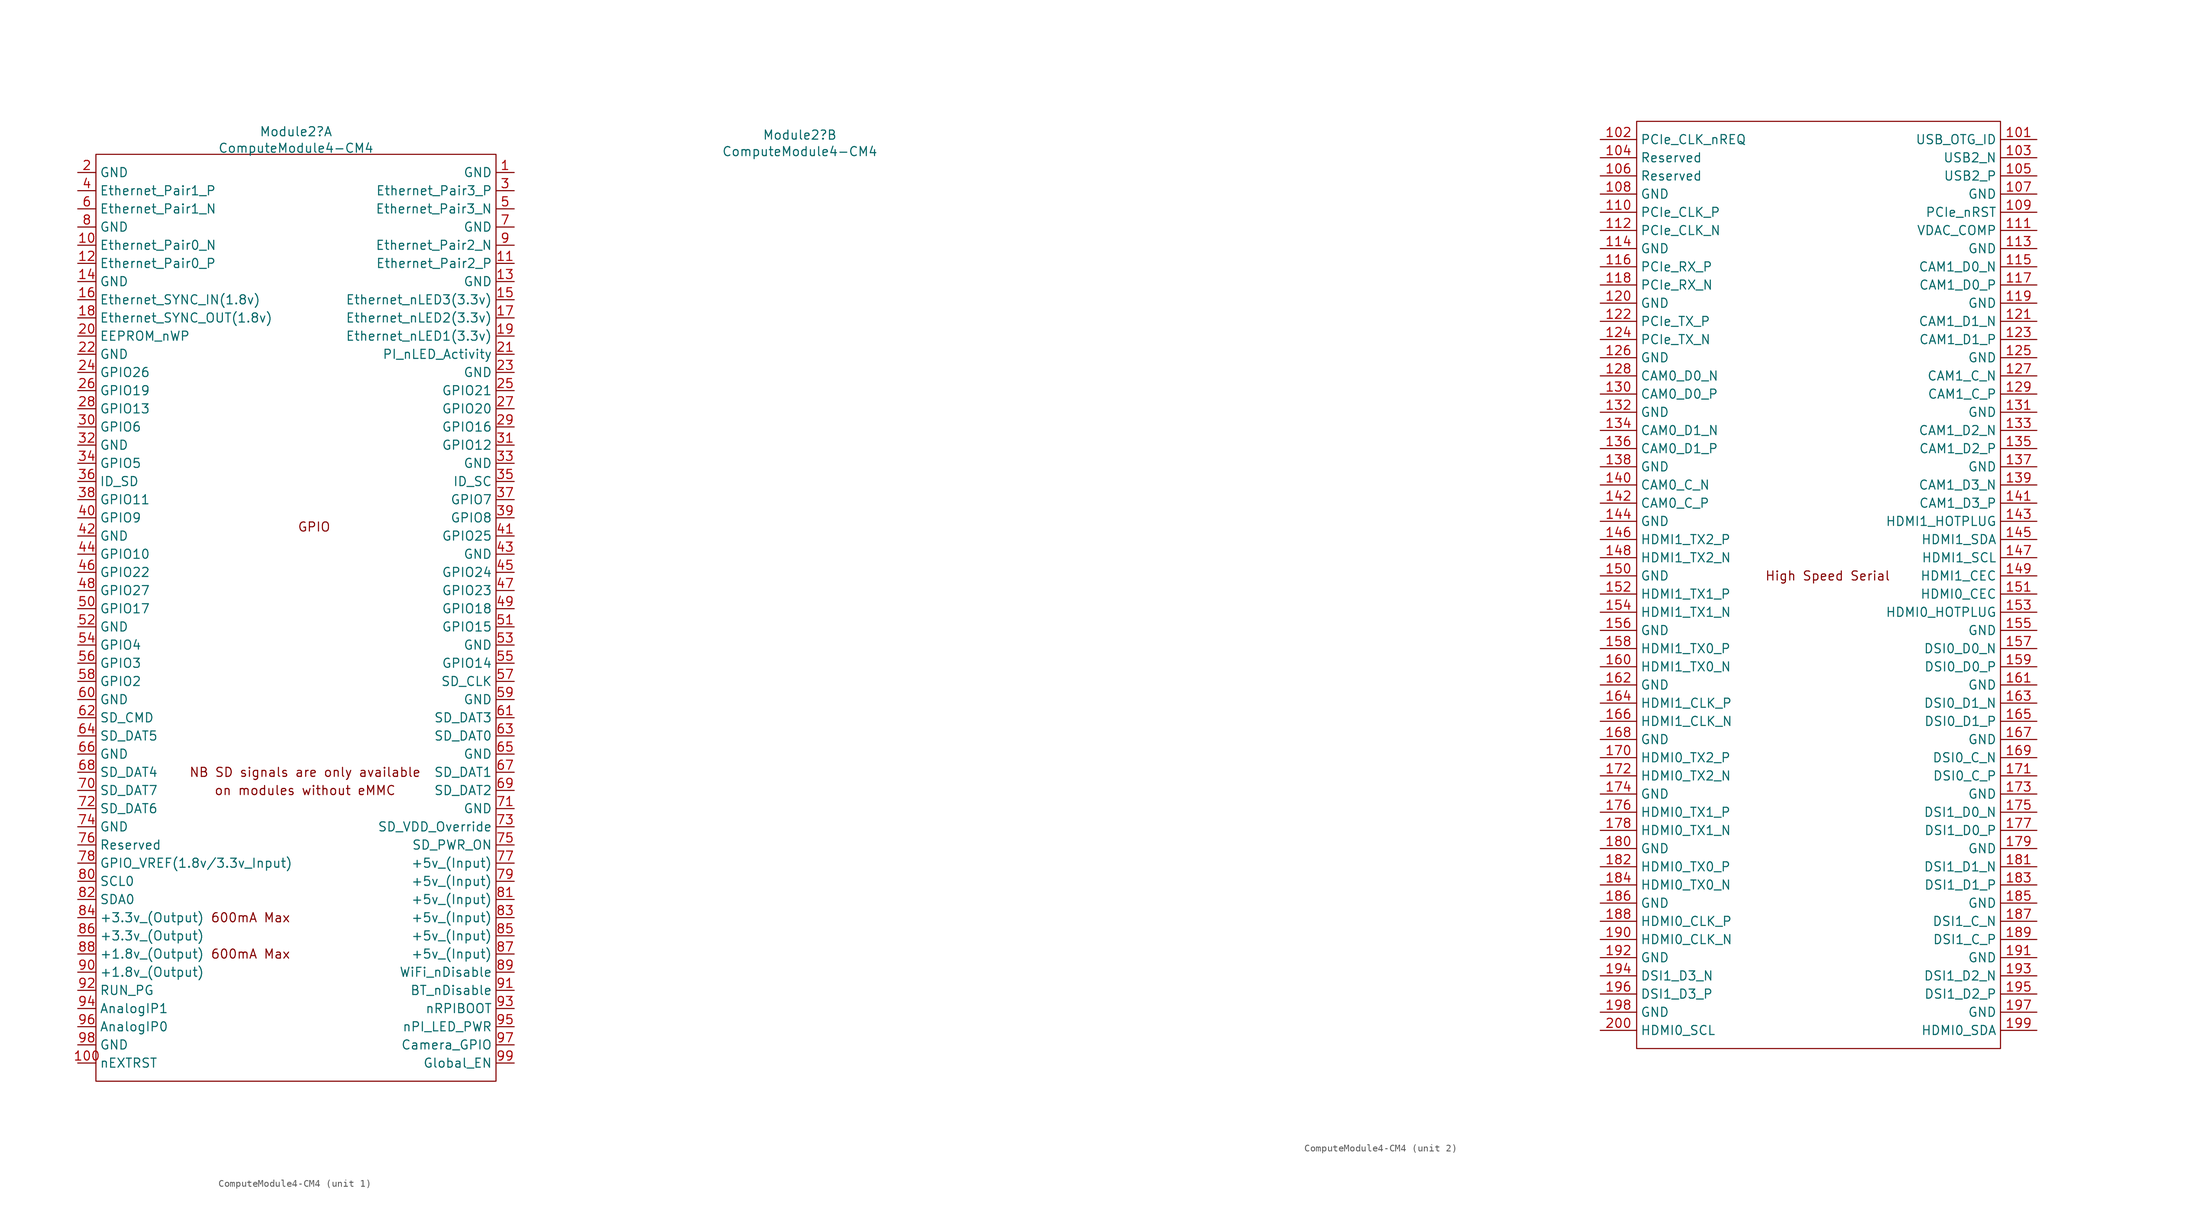
<source format=kicad_sym>
(kicad_symbol_lib
  (version 20211014)
  (generator kicad_symbol_editor)
  (symbol "ComputeModule4-CM4"
    (property "Reference" "Module2"
      (at -2.54 61.595 0)
      (effects (font (size 1.27 1.27))))
    (property "Value" "ComputeModule4-CM4"
      (at -2.54 59.284 0)
      (effects (font (size 1.27 1.27))))
    (symbol "ComputeModule4-CM4_1_0"
      (text "GPIO" (at 0 6.35 0) (effects (font (size 1.27 1.27)))))
    (symbol "ComputeModule4-CM4_1_1"
      (rectangle (start -30.48 -71.12) (end 25.4 58.42) (stroke (width 0) (type default) (color 0 0 0 0)) (fill (type none)))
      (text "600mA Max" (at -8.89 -53.34 0) (effects (font (size 1.27 1.27))))
      (text "600mA Max" (at -8.89 -48.26 0) (effects (font (size 1.27 1.27))))
      (text "NB SD signals are only available" (at -1.27 -27.94 0) (effects (font (size 1.27 1.27))))
      (text "on modules without eMMC" (at -1.27 -30.48 0) (effects (font (size 1.27 1.27))))
      (pin power_in line (at 27.94 55.88 180) (length 2.54) (name "GND" (effects (font (size 1.27 1.27)))) (number "1" (effects (font (size 1.27 1.27)))))
      (pin passive line (at -33.02 45.72 0) (length 2.54) (name "Ethernet_Pair0_N" (effects (font (size 1.27 1.27)))) (number "10" (effects (font (size 1.27 1.27)))))
      (pin output line (at -33.02 -68.58 0) (length 2.54) (name "nEXTRST" (effects (font (size 1.27 1.27)))) (number "100" (effects (font (size 1.27 1.27)))))
      (pin passive line (at 27.94 43.18 180) (length 2.54) (name "Ethernet_Pair2_P" (effects (font (size 1.27 1.27)))) (number "11" (effects (font (size 1.27 1.27)))))
      (pin passive line (at -33.02 43.18 0) (length 2.54) (name "Ethernet_Pair0_P" (effects (font (size 1.27 1.27)))) (number "12" (effects (font (size 1.27 1.27)))))
      (pin power_in line (at 27.94 40.64 180) (length 2.54) (name "GND" (effects (font (size 1.27 1.27)))) (number "13" (effects (font (size 1.27 1.27)))))
      (pin power_in line (at -33.02 40.64 0) (length 2.54) (name "GND" (effects (font (size 1.27 1.27)))) (number "14" (effects (font (size 1.27 1.27)))))
      (pin output line (at 27.94 38.1 180) (length 2.54) (name "Ethernet_nLED3(3.3v)" (effects (font (size 1.27 1.27)))) (number "15" (effects (font (size 1.27 1.27)))))
      (pin input line (at -33.02 38.1 0) (length 2.54) (name "Ethernet_SYNC_IN(1.8v)" (effects (font (size 1.27 1.27)))) (number "16" (effects (font (size 1.27 1.27)))))
      (pin output line (at 27.94 35.56 180) (length 2.54) (name "Ethernet_nLED2(3.3v)" (effects (font (size 1.27 1.27)))) (number "17" (effects (font (size 1.27 1.27)))))
      (pin input line (at -33.02 35.56 0) (length 2.54) (name "Ethernet_SYNC_OUT(1.8v)" (effects (font (size 1.27 1.27)))) (number "18" (effects (font (size 1.27 1.27)))))
      (pin output line (at 27.94 33.02 180) (length 2.54) (name "Ethernet_nLED1(3.3v)" (effects (font (size 1.27 1.27)))) (number "19" (effects (font (size 1.27 1.27)))))
      (pin power_in line (at -33.02 55.88 0) (length 2.54) (name "GND" (effects (font (size 1.27 1.27)))) (number "2" (effects (font (size 1.27 1.27)))))
      (pin passive line (at -33.02 33.02 0) (length 2.54) (name "EEPROM_nWP" (effects (font (size 1.27 1.27)))) (number "20" (effects (font (size 1.27 1.27)))))
      (pin open_collector line (at 27.94 30.48 180) (length 2.54) (name "PI_nLED_Activity" (effects (font (size 1.27 1.27)))) (number "21" (effects (font (size 1.27 1.27)))))
      (pin power_in line (at -33.02 30.48 0) (length 2.54) (name "GND" (effects (font (size 1.27 1.27)))) (number "22" (effects (font (size 1.27 1.27)))))
      (pin power_in line (at 27.94 27.94 180) (length 2.54) (name "GND" (effects (font (size 1.27 1.27)))) (number "23" (effects (font (size 1.27 1.27)))))
      (pin passive line (at -33.02 27.94 0) (length 2.54) (name "GPIO26" (effects (font (size 1.27 1.27)))) (number "24" (effects (font (size 1.27 1.27)))))
      (pin passive line (at 27.94 25.4 180) (length 2.54) (name "GPIO21" (effects (font (size 1.27 1.27)))) (number "25" (effects (font (size 1.27 1.27)))))
      (pin passive line (at -33.02 25.4 0) (length 2.54) (name "GPIO19" (effects (font (size 1.27 1.27)))) (number "26" (effects (font (size 1.27 1.27)))))
      (pin passive line (at 27.94 22.86 180) (length 2.54) (name "GPIO20" (effects (font (size 1.27 1.27)))) (number "27" (effects (font (size 1.27 1.27)))))
      (pin passive line (at -33.02 22.86 0) (length 2.54) (name "GPIO13" (effects (font (size 1.27 1.27)))) (number "28" (effects (font (size 1.27 1.27)))))
      (pin passive line (at 27.94 20.32 180) (length 2.54) (name "GPIO16" (effects (font (size 1.27 1.27)))) (number "29" (effects (font (size 1.27 1.27)))))
      (pin passive line (at 27.94 53.34 180) (length 2.54) (name "Ethernet_Pair3_P" (effects (font (size 1.27 1.27)))) (number "3" (effects (font (size 1.27 1.27)))))
      (pin passive line (at -33.02 20.32 0) (length 2.54) (name "GPIO6" (effects (font (size 1.27 1.27)))) (number "30" (effects (font (size 1.27 1.27)))))
      (pin passive line (at 27.94 17.78 180) (length 2.54) (name "GPIO12" (effects (font (size 1.27 1.27)))) (number "31" (effects (font (size 1.27 1.27)))))
      (pin power_in line (at -33.02 17.78 0) (length 2.54) (name "GND" (effects (font (size 1.27 1.27)))) (number "32" (effects (font (size 1.27 1.27)))))
      (pin power_in line (at 27.94 15.24 180) (length 2.54) (name "GND" (effects (font (size 1.27 1.27)))) (number "33" (effects (font (size 1.27 1.27)))))
      (pin passive line (at -33.02 15.24 0) (length 2.54) (name "GPIO5" (effects (font (size 1.27 1.27)))) (number "34" (effects (font (size 1.27 1.27)))))
      (pin passive line (at 27.94 12.7 180) (length 2.54) (name "ID_SC" (effects (font (size 1.27 1.27)))) (number "35" (effects (font (size 1.27 1.27)))))
      (pin passive line (at -33.02 12.7 0) (length 2.54) (name "ID_SD" (effects (font (size 1.27 1.27)))) (number "36" (effects (font (size 1.27 1.27)))))
      (pin passive line (at 27.94 10.16 180) (length 2.54) (name "GPIO7" (effects (font (size 1.27 1.27)))) (number "37" (effects (font (size 1.27 1.27)))))
      (pin passive line (at -33.02 10.16 0) (length 2.54) (name "GPIO11" (effects (font (size 1.27 1.27)))) (number "38" (effects (font (size 1.27 1.27)))))
      (pin passive line (at 27.94 7.62 180) (length 2.54) (name "GPIO8" (effects (font (size 1.27 1.27)))) (number "39" (effects (font (size 1.27 1.27)))))
      (pin passive line (at -33.02 53.34 0) (length 2.54) (name "Ethernet_Pair1_P" (effects (font (size 1.27 1.27)))) (number "4" (effects (font (size 1.27 1.27)))))
      (pin passive line (at -33.02 7.62 0) (length 2.54) (name "GPIO9" (effects (font (size 1.27 1.27)))) (number "40" (effects (font (size 1.27 1.27)))))
      (pin passive line (at 27.94 5.08 180) (length 2.54) (name "GPIO25" (effects (font (size 1.27 1.27)))) (number "41" (effects (font (size 1.27 1.27)))))
      (pin power_in line (at -33.02 5.08 0) (length 2.54) (name "GND" (effects (font (size 1.27 1.27)))) (number "42" (effects (font (size 1.27 1.27)))))
      (pin power_in line (at 27.94 2.54 180) (length 2.54) (name "GND" (effects (font (size 1.27 1.27)))) (number "43" (effects (font (size 1.27 1.27)))))
      (pin passive line (at -33.02 2.54 0) (length 2.54) (name "GPIO10" (effects (font (size 1.27 1.27)))) (number "44" (effects (font (size 1.27 1.27)))))
      (pin passive line (at 27.94 0 180) (length 2.54) (name "GPIO24" (effects (font (size 1.27 1.27)))) (number "45" (effects (font (size 1.27 1.27)))))
      (pin passive line (at -33.02 0 0) (length 2.54) (name "GPIO22" (effects (font (size 1.27 1.27)))) (number "46" (effects (font (size 1.27 1.27)))))
      (pin passive line (at 27.94 -2.54 180) (length 2.54) (name "GPIO23" (effects (font (size 1.27 1.27)))) (number "47" (effects (font (size 1.27 1.27)))))
      (pin passive line (at -33.02 -2.54 0) (length 2.54) (name "GPIO27" (effects (font (size 1.27 1.27)))) (number "48" (effects (font (size 1.27 1.27)))))
      (pin passive line (at 27.94 -5.08 180) (length 2.54) (name "GPIO18" (effects (font (size 1.27 1.27)))) (number "49" (effects (font (size 1.27 1.27)))))
      (pin passive line (at 27.94 50.8 180) (length 2.54) (name "Ethernet_Pair3_N" (effects (font (size 1.27 1.27)))) (number "5" (effects (font (size 1.27 1.27)))))
      (pin passive line (at -33.02 -5.08 0) (length 2.54) (name "GPIO17" (effects (font (size 1.27 1.27)))) (number "50" (effects (font (size 1.27 1.27)))))
      (pin passive line (at 27.94 -7.62 180) (length 2.54) (name "GPIO15" (effects (font (size 1.27 1.27)))) (number "51" (effects (font (size 1.27 1.27)))))
      (pin power_in line (at -33.02 -7.62 0) (length 2.54) (name "GND" (effects (font (size 1.27 1.27)))) (number "52" (effects (font (size 1.27 1.27)))))
      (pin power_in line (at 27.94 -10.16 180) (length 2.54) (name "GND" (effects (font (size 1.27 1.27)))) (number "53" (effects (font (size 1.27 1.27)))))
      (pin passive line (at -33.02 -10.16 0) (length 2.54) (name "GPIO4" (effects (font (size 1.27 1.27)))) (number "54" (effects (font (size 1.27 1.27)))))
      (pin passive line (at 27.94 -12.7 180) (length 2.54) (name "GPIO14" (effects (font (size 1.27 1.27)))) (number "55" (effects (font (size 1.27 1.27)))))
      (pin passive line (at -33.02 -12.7 0) (length 2.54) (name "GPIO3" (effects (font (size 1.27 1.27)))) (number "56" (effects (font (size 1.27 1.27)))))
      (pin passive line (at 27.94 -15.24 180) (length 2.54) (name "SD_CLK" (effects (font (size 1.27 1.27)))) (number "57" (effects (font (size 1.27 1.27)))))
      (pin passive line (at -33.02 -15.24 0) (length 2.54) (name "GPIO2" (effects (font (size 1.27 1.27)))) (number "58" (effects (font (size 1.27 1.27)))))
      (pin power_in line (at 27.94 -17.78 180) (length 2.54) (name "GND" (effects (font (size 1.27 1.27)))) (number "59" (effects (font (size 1.27 1.27)))))
      (pin passive line (at -33.02 50.8 0) (length 2.54) (name "Ethernet_Pair1_N" (effects (font (size 1.27 1.27)))) (number "6" (effects (font (size 1.27 1.27)))))
      (pin power_in line (at -33.02 -17.78 0) (length 2.54) (name "GND" (effects (font (size 1.27 1.27)))) (number "60" (effects (font (size 1.27 1.27)))))
      (pin passive line (at 27.94 -20.32 180) (length 2.54) (name "SD_DAT3" (effects (font (size 1.27 1.27)))) (number "61" (effects (font (size 1.27 1.27)))))
      (pin passive line (at -33.02 -20.32 0) (length 2.54) (name "SD_CMD" (effects (font (size 1.27 1.27)))) (number "62" (effects (font (size 1.27 1.27)))))
      (pin passive line (at 27.94 -22.86 180) (length 2.54) (name "SD_DAT0" (effects (font (size 1.27 1.27)))) (number "63" (effects (font (size 1.27 1.27)))))
      (pin passive line (at -33.02 -22.86 0) (length 2.54) (name "SD_DAT5" (effects (font (size 1.27 1.27)))) (number "64" (effects (font (size 1.27 1.27)))))
      (pin power_in line (at 27.94 -25.4 180) (length 2.54) (name "GND" (effects (font (size 1.27 1.27)))) (number "65" (effects (font (size 1.27 1.27)))))
      (pin power_in line (at -33.02 -25.4 0) (length 2.54) (name "GND" (effects (font (size 1.27 1.27)))) (number "66" (effects (font (size 1.27 1.27)))))
      (pin passive line (at 27.94 -27.94 180) (length 2.54) (name "SD_DAT1" (effects (font (size 1.27 1.27)))) (number "67" (effects (font (size 1.27 1.27)))))
      (pin passive line (at -33.02 -27.94 0) (length 2.54) (name "SD_DAT4" (effects (font (size 1.27 1.27)))) (number "68" (effects (font (size 1.27 1.27)))))
      (pin passive line (at 27.94 -30.48 180) (length 2.54) (name "SD_DAT2" (effects (font (size 1.27 1.27)))) (number "69" (effects (font (size 1.27 1.27)))))
      (pin power_in line (at 27.94 48.26 180) (length 2.54) (name "GND" (effects (font (size 1.27 1.27)))) (number "7" (effects (font (size 1.27 1.27)))))
      (pin passive line (at -33.02 -30.48 0) (length 2.54) (name "SD_DAT7" (effects (font (size 1.27 1.27)))) (number "70" (effects (font (size 1.27 1.27)))))
      (pin power_in line (at 27.94 -33.02 180) (length 2.54) (name "GND" (effects (font (size 1.27 1.27)))) (number "71" (effects (font (size 1.27 1.27)))))
      (pin passive line (at -33.02 -33.02 0) (length 2.54) (name "SD_DAT6" (effects (font (size 1.27 1.27)))) (number "72" (effects (font (size 1.27 1.27)))))
      (pin input line (at 27.94 -35.56 180) (length 2.54) (name "SD_VDD_Override" (effects (font (size 1.27 1.27)))) (number "73" (effects (font (size 1.27 1.27)))))
      (pin power_in line (at -33.02 -35.56 0) (length 2.54) (name "GND" (effects (font (size 1.27 1.27)))) (number "74" (effects (font (size 1.27 1.27)))))
      (pin output line (at 27.94 -38.1 180) (length 2.54) (name "SD_PWR_ON" (effects (font (size 1.27 1.27)))) (number "75" (effects (font (size 1.27 1.27)))))
      (pin passive line (at -33.02 -38.1 0) (length 2.54) (name "Reserved" (effects (font (size 1.27 1.27)))) (number "76" (effects (font (size 1.27 1.27)))))
      (pin power_in line (at 27.94 -40.64 180) (length 2.54) (name "+5v_(Input)" (effects (font (size 1.27 1.27)))) (number "77" (effects (font (size 1.27 1.27)))))
      (pin power_in line (at -33.02 -40.64 0) (length 2.54) (name "GPIO_VREF(1.8v/3.3v_Input)" (effects (font (size 1.27 1.27)))) (number "78" (effects (font (size 1.27 1.27)))))
      (pin power_in line (at 27.94 -43.18 180) (length 2.54) (name "+5v_(Input)" (effects (font (size 1.27 1.27)))) (number "79" (effects (font (size 1.27 1.27)))))
      (pin power_in line (at -33.02 48.26 0) (length 2.54) (name "GND" (effects (font (size 1.27 1.27)))) (number "8" (effects (font (size 1.27 1.27)))))
      (pin passive line (at -33.02 -43.18 0) (length 2.54) (name "SCL0" (effects (font (size 1.27 1.27)))) (number "80" (effects (font (size 1.27 1.27)))))
      (pin power_in line (at 27.94 -45.72 180) (length 2.54) (name "+5v_(Input)" (effects (font (size 1.27 1.27)))) (number "81" (effects (font (size 1.27 1.27)))))
      (pin passive line (at -33.02 -45.72 0) (length 2.54) (name "SDA0" (effects (font (size 1.27 1.27)))) (number "82" (effects (font (size 1.27 1.27)))))
      (pin power_in line (at 27.94 -48.26 180) (length 2.54) (name "+5v_(Input)" (effects (font (size 1.27 1.27)))) (number "83" (effects (font (size 1.27 1.27)))))
      (pin power_out line (at -33.02 -48.26 0) (length 2.54) (name "+3.3v_(Output)" (effects (font (size 1.27 1.27)))) (number "84" (effects (font (size 1.27 1.27)))))
      (pin power_in line (at 27.94 -50.8 180) (length 2.54) (name "+5v_(Input)" (effects (font (size 1.27 1.27)))) (number "85" (effects (font (size 1.27 1.27)))))
      (pin power_out line (at -33.02 -50.8 0) (length 2.54) (name "+3.3v_(Output)" (effects (font (size 1.27 1.27)))) (number "86" (effects (font (size 1.27 1.27)))))
      (pin power_in line (at 27.94 -53.34 180) (length 2.54) (name "+5v_(Input)" (effects (font (size 1.27 1.27)))) (number "87" (effects (font (size 1.27 1.27)))))
      (pin power_out line (at -33.02 -53.34 0) (length 2.54) (name "+1.8v_(Output)" (effects (font (size 1.27 1.27)))) (number "88" (effects (font (size 1.27 1.27)))))
      (pin input line (at 27.94 -55.88 180) (length 2.54) (name "WiFi_nDisable" (effects (font (size 1.27 1.27)))) (number "89" (effects (font (size 1.27 1.27)))))
      (pin passive line (at 27.94 45.72 180) (length 2.54) (name "Ethernet_Pair2_N" (effects (font (size 1.27 1.27)))) (number "9" (effects (font (size 1.27 1.27)))))
      (pin power_out line (at -33.02 -55.88 0) (length 2.54) (name "+1.8v_(Output)" (effects (font (size 1.27 1.27)))) (number "90" (effects (font (size 1.27 1.27)))))
      (pin input line (at 27.94 -58.42 180) (length 2.54) (name "BT_nDisable" (effects (font (size 1.27 1.27)))) (number "91" (effects (font (size 1.27 1.27)))))
      (pin passive line (at -33.02 -58.42 0) (length 2.54) (name "RUN_PG" (effects (font (size 1.27 1.27)))) (number "92" (effects (font (size 1.27 1.27)))))
      (pin input line (at 27.94 -60.96 180) (length 2.54) (name "nRPIBOOT" (effects (font (size 1.27 1.27)))) (number "93" (effects (font (size 1.27 1.27)))))
      (pin passive line (at -33.02 -60.96 0) (length 2.54) (name "AnalogIP1" (effects (font (size 1.27 1.27)))) (number "94" (effects (font (size 1.27 1.27)))))
      (pin output line (at 27.94 -63.5 180) (length 2.54) (name "nPI_LED_PWR" (effects (font (size 1.27 1.27)))) (number "95" (effects (font (size 1.27 1.27)))))
      (pin passive line (at -33.02 -63.5 0) (length 2.54) (name "AnalogIP0" (effects (font (size 1.27 1.27)))) (number "96" (effects (font (size 1.27 1.27)))))
      (pin passive line (at 27.94 -66.04 180) (length 2.54) (name "Camera_GPIO" (effects (font (size 1.27 1.27)))) (number "97" (effects (font (size 1.27 1.27)))))
      (pin power_in line (at -33.02 -66.04 0) (length 2.54) (name "GND" (effects (font (size 1.27 1.27)))) (number "98" (effects (font (size 1.27 1.27)))))
      (pin input line (at 27.94 -68.58 180) (length 2.54) (name "Global_EN" (effects (font (size 1.27 1.27)))) (number "99" (effects (font (size 1.27 1.27))))))
    (symbol "ComputeModule4-CM4_2_1"
      (rectangle (start 114.3 -66.04) (end 165.1 63.5) (stroke (width 0) (type default) (color 0 0 0 0)) (fill (type none)))
      (text "High Speed Serial" (at 140.97 0 0) (effects (font (size 1.27 1.27))))
      (pin input line (at 170.18 60.96 180) (length 5.08) (name "USB_OTG_ID" (effects (font (size 1.27 1.27)))) (number "101" (effects (font (size 1.27 1.27)))))
      (pin input line (at 109.22 60.96 0) (length 5.08) (name "PCIe_CLK_nREQ" (effects (font (size 1.27 1.27)))) (number "102" (effects (font (size 1.27 1.27)))))
      (pin passive line (at 170.18 58.42 180) (length 5.08) (name "USB2_N" (effects (font (size 1.27 1.27)))) (number "103" (effects (font (size 1.27 1.27)))))
      (pin passive line (at 109.22 58.42 0) (length 5.08) (name "Reserved" (effects (font (size 1.27 1.27)))) (number "104" (effects (font (size 1.27 1.27)))))
      (pin passive line (at 170.18 55.88 180) (length 5.08) (name "USB2_P" (effects (font (size 1.27 1.27)))) (number "105" (effects (font (size 1.27 1.27)))))
      (pin passive line (at 109.22 55.88 0) (length 5.08) (name "Reserved" (effects (font (size 1.27 1.27)))) (number "106" (effects (font (size 1.27 1.27)))))
      (pin power_in line (at 170.18 53.34 180) (length 5.08) (name "GND" (effects (font (size 1.27 1.27)))) (number "107" (effects (font (size 1.27 1.27)))))
      (pin power_in line (at 109.22 53.34 0) (length 5.08) (name "GND" (effects (font (size 1.27 1.27)))) (number "108" (effects (font (size 1.27 1.27)))))
      (pin bidirectional line (at 170.18 50.8 180) (length 5.08) (name "PCIe_nRST" (effects (font (size 1.27 1.27)))) (number "109" (effects (font (size 1.27 1.27)))))
      (pin output line (at 109.22 50.8 0) (length 5.08) (name "PCIe_CLK_P" (effects (font (size 1.27 1.27)))) (number "110" (effects (font (size 1.27 1.27)))))
      (pin passive line (at 170.18 48.26 180) (length 5.08) (name "VDAC_COMP" (effects (font (size 1.27 1.27)))) (number "111" (effects (font (size 1.27 1.27)))))
      (pin output line (at 109.22 48.26 0) (length 5.08) (name "PCIe_CLK_N" (effects (font (size 1.27 1.27)))) (number "112" (effects (font (size 1.27 1.27)))))
      (pin power_in line (at 170.18 45.72 180) (length 5.08) (name "GND" (effects (font (size 1.27 1.27)))) (number "113" (effects (font (size 1.27 1.27)))))
      (pin power_in line (at 109.22 45.72 0) (length 5.08) (name "GND" (effects (font (size 1.27 1.27)))) (number "114" (effects (font (size 1.27 1.27)))))
      (pin input line (at 170.18 43.18 180) (length 5.08) (name "CAM1_D0_N" (effects (font (size 1.27 1.27)))) (number "115" (effects (font (size 1.27 1.27)))))
      (pin input line (at 109.22 43.18 0) (length 5.08) (name "PCIe_RX_P" (effects (font (size 1.27 1.27)))) (number "116" (effects (font (size 1.27 1.27)))))
      (pin input line (at 170.18 40.64 180) (length 5.08) (name "CAM1_D0_P" (effects (font (size 1.27 1.27)))) (number "117" (effects (font (size 1.27 1.27)))))
      (pin input line (at 109.22 40.64 0) (length 5.08) (name "PCIe_RX_N" (effects (font (size 1.27 1.27)))) (number "118" (effects (font (size 1.27 1.27)))))
      (pin power_in line (at 170.18 38.1 180) (length 5.08) (name "GND" (effects (font (size 1.27 1.27)))) (number "119" (effects (font (size 1.27 1.27)))))
      (pin power_in line (at 109.22 38.1 0) (length 5.08) (name "GND" (effects (font (size 1.27 1.27)))) (number "120" (effects (font (size 1.27 1.27)))))
      (pin input line (at 170.18 35.56 180) (length 5.08) (name "CAM1_D1_N" (effects (font (size 1.27 1.27)))) (number "121" (effects (font (size 1.27 1.27)))))
      (pin output line (at 109.22 35.56 0) (length 5.08) (name "PCIe_TX_P" (effects (font (size 1.27 1.27)))) (number "122" (effects (font (size 1.27 1.27)))))
      (pin input line (at 170.18 33.02 180) (length 5.08) (name "CAM1_D1_P" (effects (font (size 1.27 1.27)))) (number "123" (effects (font (size 1.27 1.27)))))
      (pin output line (at 109.22 33.02 0) (length 5.08) (name "PCIe_TX_N" (effects (font (size 1.27 1.27)))) (number "124" (effects (font (size 1.27 1.27)))))
      (pin power_in line (at 170.18 30.48 180) (length 5.08) (name "GND" (effects (font (size 1.27 1.27)))) (number "125" (effects (font (size 1.27 1.27)))))
      (pin power_in line (at 109.22 30.48 0) (length 5.08) (name "GND" (effects (font (size 1.27 1.27)))) (number "126" (effects (font (size 1.27 1.27)))))
      (pin input line (at 170.18 27.94 180) (length 5.08) (name "CAM1_C_N" (effects (font (size 1.27 1.27)))) (number "127" (effects (font (size 1.27 1.27)))))
      (pin input line (at 109.22 27.94 0) (length 5.08) (name "CAM0_D0_N" (effects (font (size 1.27 1.27)))) (number "128" (effects (font (size 1.27 1.27)))))
      (pin input line (at 170.18 25.4 180) (length 5.08) (name "CAM1_C_P" (effects (font (size 1.27 1.27)))) (number "129" (effects (font (size 1.27 1.27)))))
      (pin input line (at 109.22 25.4 0) (length 5.08) (name "CAM0_D0_P" (effects (font (size 1.27 1.27)))) (number "130" (effects (font (size 1.27 1.27)))))
      (pin power_in line (at 170.18 22.86 180) (length 5.08) (name "GND" (effects (font (size 1.27 1.27)))) (number "131" (effects (font (size 1.27 1.27)))))
      (pin power_in line (at 109.22 22.86 0) (length 5.08) (name "GND" (effects (font (size 1.27 1.27)))) (number "132" (effects (font (size 1.27 1.27)))))
      (pin input line (at 170.18 20.32 180) (length 5.08) (name "CAM1_D2_N" (effects (font (size 1.27 1.27)))) (number "133" (effects (font (size 1.27 1.27)))))
      (pin input line (at 109.22 20.32 0) (length 5.08) (name "CAM0_D1_N" (effects (font (size 1.27 1.27)))) (number "134" (effects (font (size 1.27 1.27)))))
      (pin input line (at 170.18 17.78 180) (length 5.08) (name "CAM1_D2_P" (effects (font (size 1.27 1.27)))) (number "135" (effects (font (size 1.27 1.27)))))
      (pin input line (at 109.22 17.78 0) (length 5.08) (name "CAM0_D1_P" (effects (font (size 1.27 1.27)))) (number "136" (effects (font (size 1.27 1.27)))))
      (pin power_in line (at 170.18 15.24 180) (length 5.08) (name "GND" (effects (font (size 1.27 1.27)))) (number "137" (effects (font (size 1.27 1.27)))))
      (pin power_in line (at 109.22 15.24 0) (length 5.08) (name "GND" (effects (font (size 1.27 1.27)))) (number "138" (effects (font (size 1.27 1.27)))))
      (pin input line (at 170.18 12.7 180) (length 5.08) (name "CAM1_D3_N" (effects (font (size 1.27 1.27)))) (number "139" (effects (font (size 1.27 1.27)))))
      (pin input line (at 109.22 12.7 0) (length 5.08) (name "CAM0_C_N" (effects (font (size 1.27 1.27)))) (number "140" (effects (font (size 1.27 1.27)))))
      (pin input line (at 170.18 10.16 180) (length 5.08) (name "CAM1_D3_P" (effects (font (size 1.27 1.27)))) (number "141" (effects (font (size 1.27 1.27)))))
      (pin input line (at 109.22 10.16 0) (length 5.08) (name "CAM0_C_P" (effects (font (size 1.27 1.27)))) (number "142" (effects (font (size 1.27 1.27)))))
      (pin input line (at 170.18 7.62 180) (length 5.08) (name "HDMI1_HOTPLUG" (effects (font (size 1.27 1.27)))) (number "143" (effects (font (size 1.27 1.27)))))
      (pin power_in line (at 109.22 7.62 0) (length 5.08) (name "GND" (effects (font (size 1.27 1.27)))) (number "144" (effects (font (size 1.27 1.27)))))
      (pin bidirectional line (at 170.18 5.08 180) (length 5.08) (name "HDMI1_SDA" (effects (font (size 1.27 1.27)))) (number "145" (effects (font (size 1.27 1.27)))))
      (pin output line (at 109.22 5.08 0) (length 5.08) (name "HDMI1_TX2_P" (effects (font (size 1.27 1.27)))) (number "146" (effects (font (size 1.27 1.27)))))
      (pin open_collector line (at 170.18 2.54 180) (length 5.08) (name "HDMI1_SCL" (effects (font (size 1.27 1.27)))) (number "147" (effects (font (size 1.27 1.27)))))
      (pin output line (at 109.22 2.54 0) (length 5.08) (name "HDMI1_TX2_N" (effects (font (size 1.27 1.27)))) (number "148" (effects (font (size 1.27 1.27)))))
      (pin open_collector line (at 170.18 0 180) (length 5.08) (name "HDMI1_CEC" (effects (font (size 1.27 1.27)))) (number "149" (effects (font (size 1.27 1.27)))))
      (pin power_in line (at 109.22 0 0) (length 5.08) (name "GND" (effects (font (size 1.27 1.27)))) (number "150" (effects (font (size 1.27 1.27)))))
      (pin open_collector line (at 170.18 -2.54 180) (length 5.08) (name "HDMI0_CEC" (effects (font (size 1.27 1.27)))) (number "151" (effects (font (size 1.27 1.27)))))
      (pin output line (at 109.22 -2.54 0) (length 5.08) (name "HDMI1_TX1_P" (effects (font (size 1.27 1.27)))) (number "152" (effects (font (size 1.27 1.27)))))
      (pin input line (at 170.18 -5.08 180) (length 5.08) (name "HDMI0_HOTPLUG" (effects (font (size 1.27 1.27)))) (number "153" (effects (font (size 1.27 1.27)))))
      (pin output line (at 109.22 -5.08 0) (length 5.08) (name "HDMI1_TX1_N" (effects (font (size 1.27 1.27)))) (number "154" (effects (font (size 1.27 1.27)))))
      (pin power_in line (at 170.18 -7.62 180) (length 5.08) (name "GND" (effects (font (size 1.27 1.27)))) (number "155" (effects (font (size 1.27 1.27)))))
      (pin power_in line (at 109.22 -7.62 0) (length 5.08) (name "GND" (effects (font (size 1.27 1.27)))) (number "156" (effects (font (size 1.27 1.27)))))
      (pin output line (at 170.18 -10.16 180) (length 5.08) (name "DSI0_D0_N" (effects (font (size 1.27 1.27)))) (number "157" (effects (font (size 1.27 1.27)))))
      (pin output line (at 109.22 -10.16 0) (length 5.08) (name "HDMI1_TX0_P" (effects (font (size 1.27 1.27)))) (number "158" (effects (font (size 1.27 1.27)))))
      (pin output line (at 170.18 -12.7 180) (length 5.08) (name "DSI0_D0_P" (effects (font (size 1.27 1.27)))) (number "159" (effects (font (size 1.27 1.27)))))
      (pin output line (at 109.22 -12.7 0) (length 5.08) (name "HDMI1_TX0_N" (effects (font (size 1.27 1.27)))) (number "160" (effects (font (size 1.27 1.27)))))
      (pin power_in line (at 170.18 -15.24 180) (length 5.08) (name "GND" (effects (font (size 1.27 1.27)))) (number "161" (effects (font (size 1.27 1.27)))))
      (pin power_in line (at 109.22 -15.24 0) (length 5.08) (name "GND" (effects (font (size 1.27 1.27)))) (number "162" (effects (font (size 1.27 1.27)))))
      (pin output line (at 170.18 -17.78 180) (length 5.08) (name "DSI0_D1_N" (effects (font (size 1.27 1.27)))) (number "163" (effects (font (size 1.27 1.27)))))
      (pin output line (at 109.22 -17.78 0) (length 5.08) (name "HDMI1_CLK_P" (effects (font (size 1.27 1.27)))) (number "164" (effects (font (size 1.27 1.27)))))
      (pin output line (at 170.18 -20.32 180) (length 5.08) (name "DSI0_D1_P" (effects (font (size 1.27 1.27)))) (number "165" (effects (font (size 1.27 1.27)))))
      (pin output line (at 109.22 -20.32 0) (length 5.08) (name "HDMI1_CLK_N" (effects (font (size 1.27 1.27)))) (number "166" (effects (font (size 1.27 1.27)))))
      (pin power_in line (at 170.18 -22.86 180) (length 5.08) (name "GND" (effects (font (size 1.27 1.27)))) (number "167" (effects (font (size 1.27 1.27)))))
      (pin power_in line (at 109.22 -22.86 0) (length 5.08) (name "GND" (effects (font (size 1.27 1.27)))) (number "168" (effects (font (size 1.27 1.27)))))
      (pin output line (at 170.18 -25.4 180) (length 5.08) (name "DSI0_C_N" (effects (font (size 1.27 1.27)))) (number "169" (effects (font (size 1.27 1.27)))))
      (pin output line (at 109.22 -25.4 0) (length 5.08) (name "HDMI0_TX2_P" (effects (font (size 1.27 1.27)))) (number "170" (effects (font (size 1.27 1.27)))))
      (pin output line (at 170.18 -27.94 180) (length 5.08) (name "DSI0_C_P" (effects (font (size 1.27 1.27)))) (number "171" (effects (font (size 1.27 1.27)))))
      (pin output line (at 109.22 -27.94 0) (length 5.08) (name "HDMI0_TX2_N" (effects (font (size 1.27 1.27)))) (number "172" (effects (font (size 1.27 1.27)))))
      (pin power_in line (at 170.18 -30.48 180) (length 5.08) (name "GND" (effects (font (size 1.27 1.27)))) (number "173" (effects (font (size 1.27 1.27)))))
      (pin power_in line (at 109.22 -30.48 0) (length 5.08) (name "GND" (effects (font (size 1.27 1.27)))) (number "174" (effects (font (size 1.27 1.27)))))
      (pin output line (at 170.18 -33.02 180) (length 5.08) (name "DSI1_D0_N" (effects (font (size 1.27 1.27)))) (number "175" (effects (font (size 1.27 1.27)))))
      (pin output line (at 109.22 -33.02 0) (length 5.08) (name "HDMI0_TX1_P" (effects (font (size 1.27 1.27)))) (number "176" (effects (font (size 1.27 1.27)))))
      (pin output line (at 170.18 -35.56 180) (length 5.08) (name "DSI1_D0_P" (effects (font (size 1.27 1.27)))) (number "177" (effects (font (size 1.27 1.27)))))
      (pin output line (at 109.22 -35.56 0) (length 5.08) (name "HDMI0_TX1_N" (effects (font (size 1.27 1.27)))) (number "178" (effects (font (size 1.27 1.27)))))
      (pin power_in line (at 170.18 -38.1 180) (length 5.08) (name "GND" (effects (font (size 1.27 1.27)))) (number "179" (effects (font (size 1.27 1.27)))))
      (pin power_in line (at 109.22 -38.1 0) (length 5.08) (name "GND" (effects (font (size 1.27 1.27)))) (number "180" (effects (font (size 1.27 1.27)))))
      (pin output line (at 170.18 -40.64 180) (length 5.08) (name "DSI1_D1_N" (effects (font (size 1.27 1.27)))) (number "181" (effects (font (size 1.27 1.27)))))
      (pin output line (at 109.22 -40.64 0) (length 5.08) (name "HDMI0_TX0_P" (effects (font (size 1.27 1.27)))) (number "182" (effects (font (size 1.27 1.27)))))
      (pin output line (at 170.18 -43.18 180) (length 5.08) (name "DSI1_D1_P" (effects (font (size 1.27 1.27)))) (number "183" (effects (font (size 1.27 1.27)))))
      (pin output line (at 109.22 -43.18 0) (length 5.08) (name "HDMI0_TX0_N" (effects (font (size 1.27 1.27)))) (number "184" (effects (font (size 1.27 1.27)))))
      (pin power_in line (at 170.18 -45.72 180) (length 5.08) (name "GND" (effects (font (size 1.27 1.27)))) (number "185" (effects (font (size 1.27 1.27)))))
      (pin power_in line (at 109.22 -45.72 0) (length 5.08) (name "GND" (effects (font (size 1.27 1.27)))) (number "186" (effects (font (size 1.27 1.27)))))
      (pin output line (at 170.18 -48.26 180) (length 5.08) (name "DSI1_C_N" (effects (font (size 1.27 1.27)))) (number "187" (effects (font (size 1.27 1.27)))))
      (pin output line (at 109.22 -48.26 0) (length 5.08) (name "HDMI0_CLK_P" (effects (font (size 1.27 1.27)))) (number "188" (effects (font (size 1.27 1.27)))))
      (pin output line (at 170.18 -50.8 180) (length 5.08) (name "DSI1_C_P" (effects (font (size 1.27 1.27)))) (number "189" (effects (font (size 1.27 1.27)))))
      (pin output line (at 109.22 -50.8 0) (length 5.08) (name "HDMI0_CLK_N" (effects (font (size 1.27 1.27)))) (number "190" (effects (font (size 1.27 1.27)))))
      (pin power_in line (at 170.18 -53.34 180) (length 5.08) (name "GND" (effects (font (size 1.27 1.27)))) (number "191" (effects (font (size 1.27 1.27)))))
      (pin power_in line (at 109.22 -53.34 0) (length 5.08) (name "GND" (effects (font (size 1.27 1.27)))) (number "192" (effects (font (size 1.27 1.27)))))
      (pin output line (at 170.18 -55.88 180) (length 5.08) (name "DSI1_D2_N" (effects (font (size 1.27 1.27)))) (number "193" (effects (font (size 1.27 1.27)))))
      (pin output line (at 109.22 -55.88 0) (length 5.08) (name "DSI1_D3_N" (effects (font (size 1.27 1.27)))) (number "194" (effects (font (size 1.27 1.27)))))
      (pin output line (at 170.18 -58.42 180) (length 5.08) (name "DSI1_D2_P" (effects (font (size 1.27 1.27)))) (number "195" (effects (font (size 1.27 1.27)))))
      (pin output line (at 109.22 -58.42 0) (length 5.08) (name "DSI1_D3_P" (effects (font (size 1.27 1.27)))) (number "196" (effects (font (size 1.27 1.27)))))
      (pin power_in line (at 170.18 -60.96 180) (length 5.08) (name "GND" (effects (font (size 1.27 1.27)))) (number "197" (effects (font (size 1.27 1.27)))))
      (pin power_in line (at 109.22 -60.96 0) (length 5.08) (name "GND" (effects (font (size 1.27 1.27)))) (number "198" (effects (font (size 1.27 1.27)))))
      (pin bidirectional line (at 170.18 -63.5 180) (length 5.08) (name "HDMI0_SDA" (effects (font (size 1.27 1.27)))) (number "199" (effects (font (size 1.27 1.27)))))
      (pin open_collector line (at 109.22 -63.5 0) (length 5.08) (name "HDMI0_SCL" (effects (font (size 1.27 1.27)))) (number "200" (effects (font (size 1.27 1.27))))))))
</source>
